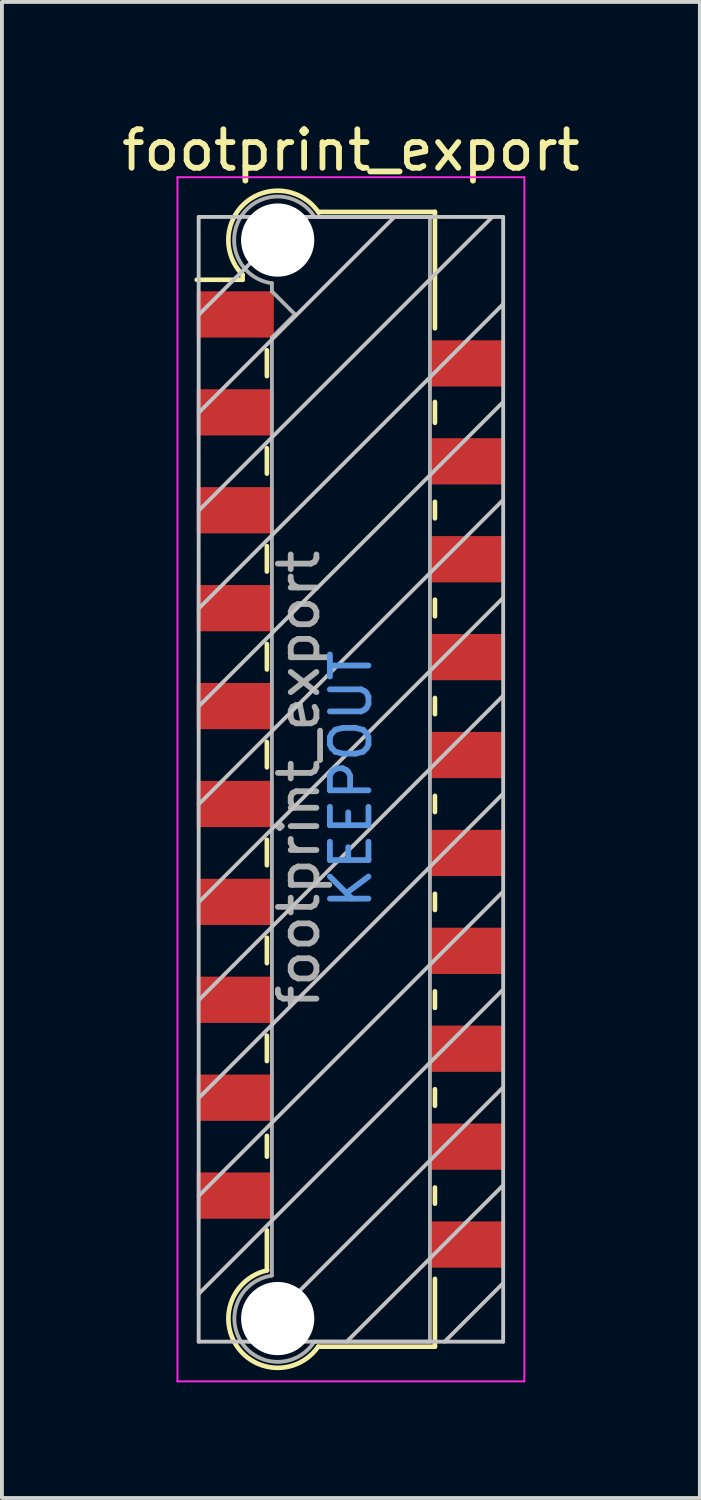
<source format=kicad_pcb>
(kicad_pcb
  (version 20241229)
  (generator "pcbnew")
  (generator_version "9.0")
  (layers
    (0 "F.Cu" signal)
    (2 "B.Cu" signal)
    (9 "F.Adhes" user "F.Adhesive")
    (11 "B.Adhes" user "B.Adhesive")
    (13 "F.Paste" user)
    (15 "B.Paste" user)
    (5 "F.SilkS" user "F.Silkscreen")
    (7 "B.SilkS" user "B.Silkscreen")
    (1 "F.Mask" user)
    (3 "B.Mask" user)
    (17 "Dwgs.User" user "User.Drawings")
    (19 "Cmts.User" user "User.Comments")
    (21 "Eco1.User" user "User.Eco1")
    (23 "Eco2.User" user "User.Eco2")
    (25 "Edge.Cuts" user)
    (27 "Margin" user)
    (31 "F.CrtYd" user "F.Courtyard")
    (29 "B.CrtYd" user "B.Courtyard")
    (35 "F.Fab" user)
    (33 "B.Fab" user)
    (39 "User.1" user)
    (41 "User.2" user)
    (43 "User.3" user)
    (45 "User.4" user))
  (footprint "footprint_export"
    (layer "F.Cu")
    (at 6.054 17.168)
    (property "Reference" "footprint_export" (at 0 -16.32 0) (layer "F.SilkS") (effects (font (size 1 1) (thickness 0.15))))
    (attr smd)
    (fp_line (start -2.81 -13.09) (end -2.81 -12.96) (stroke (width 0.12) (type solid)) (layer "F.SilkS"))
    (fp_line (start -2.81 -12.96) (end -4 -12.96) (stroke (width 0.12) (type solid)) (layer "F.SilkS"))
    (fp_line (start -2.18 -10.46) (end -2.18 -11.13) (stroke (width 0.12) (type solid)) (layer "F.SilkS"))
    (fp_line (start -2.18 -7.93) (end -2.18 -8.59) (stroke (width 0.12) (type solid)) (layer "F.SilkS"))
    (fp_line (start -2.18 -5.39) (end -2.18 -6.05) (stroke (width 0.12) (type solid)) (layer "F.SilkS"))
    (fp_line (start -2.18 -2.85) (end -2.18 -3.51) (stroke (width 0.12) (type solid)) (layer "F.SilkS"))
    (fp_line (start -2.18 -0.31) (end -2.18 -0.97) (stroke (width 0.12) (type solid)) (layer "F.SilkS"))
    (fp_line (start -2.18 2.23) (end -2.18 1.57) (stroke (width 0.12) (type solid)) (layer "F.SilkS"))
    (fp_line (start -2.18 4.77) (end -2.18 4.11) (stroke (width 0.12) (type solid)) (layer "F.SilkS"))
    (fp_line (start -2.18 7.31) (end -2.18 6.65) (stroke (width 0.12) (type solid)) (layer "F.SilkS"))
    (fp_line (start -2.18 9.79) (end -2.18 9.25) (stroke (width 0.12) (type solid)) (layer "F.SilkS"))
    (fp_line (start -2.18 12.74) (end -2.18 11.7) (stroke (width 0.12) (type solid)) (layer "F.SilkS"))
    (fp_line (start 2.18 -14.72) (end -0.82 -14.72) (stroke (width 0.12) (type solid)) (layer "F.SilkS"))
    (fp_line (start 2.18 -14.72) (end 2.18 -11.7) (stroke (width 0.12) (type solid)) (layer "F.SilkS"))
    (fp_line (start 2.18 -9.79) (end 2.18 -9.25) (stroke (width 0.12) (type solid)) (layer "F.SilkS"))
    (fp_line (start 2.18 -7.2) (end 2.18 -6.77) (stroke (width 0.12) (type solid)) (layer "F.SilkS"))
    (fp_line (start 2.18 -4.66) (end 2.18 -4.23) (stroke (width 0.12) (type solid)) (layer "F.SilkS"))
    (fp_line (start 2.18 -2.11) (end 2.18 -1.69) (stroke (width 0.12) (type solid)) (layer "F.SilkS"))
    (fp_line (start 2.18 0.43) (end 2.18 0.85) (stroke (width 0.12) (type solid)) (layer "F.SilkS"))
    (fp_line (start 2.18 2.97) (end 2.18 3.39) (stroke (width 0.12) (type solid)) (layer "F.SilkS"))
    (fp_line (start 2.18 5.5) (end 2.18 5.93) (stroke (width 0.12) (type solid)) (layer "F.SilkS"))
    (fp_line (start 2.18 8.04) (end 2.18 8.47) (stroke (width 0.12) (type solid)) (layer "F.SilkS"))
    (fp_line (start 2.18 10.59) (end 2.18 11.01) (stroke (width 0.12) (type solid)) (layer "F.SilkS"))
    (fp_line (start 2.18 12.96) (end 2.18 14.72) (stroke (width 0.12) (type solid)) (layer "F.SilkS"))
    (fp_line (start 2.18 14.72) (end -0.85 14.72) (stroke (width 0.12) (type solid)) (layer "F.SilkS"))
    (fp_arc (start -2.81 -13.09) (mid -2.708637 -14.982072) (end -0.834991 -14.699828) (stroke (width 0.12) (type solid)) (layer "F.SilkS"))
    (fp_arc (start -0.85 14.72) (mid -2.962791 14.701248) (end -2.174424 12.740964) (stroke (width 0.12) (type solid)) (layer "F.SilkS"))
    (fp_line (start -3.95 -14.59) (end -3.95 14.59) (stroke (width 0.1) (type solid)) (layer "Dwgs.User"))
    (fp_line (start -3.95 -12.05) (end -1.41 -14.59) (stroke (width 0.1) (type solid)) (layer "Dwgs.User"))
    (fp_line (start -3.95 -9.51) (end 1.13 -14.59) (stroke (width 0.1) (type solid)) (layer "Dwgs.User"))
    (fp_line (start -3.95 -6.97) (end 3.67 -14.59) (stroke (width 0.1) (type solid)) (layer "Dwgs.User"))
    (fp_line (start -3.95 -4.43) (end 3.95 -12.33) (stroke (width 0.1) (type solid)) (layer "Dwgs.User"))
    (fp_line (start -3.95 -1.89) (end 3.95 -9.79) (stroke (width 0.1) (type solid)) (layer "Dwgs.User"))
    (fp_line (start -3.95 0.65) (end 3.95 -7.25) (stroke (width 0.1) (type solid)) (layer "Dwgs.User"))
    (fp_line (start -3.95 3.19) (end 3.95 -4.71) (stroke (width 0.1) (type solid)) (layer "Dwgs.User"))
    (fp_line (start -3.95 5.73) (end 3.95 -2.17) (stroke (width 0.1) (type solid)) (layer "Dwgs.User"))
    (fp_line (start -3.95 8.27) (end 3.95 0.37) (stroke (width 0.1) (type solid)) (layer "Dwgs.User"))
    (fp_line (start -3.95 10.81) (end 3.95 2.91) (stroke (width 0.1) (type solid)) (layer "Dwgs.User"))
    (fp_line (start -3.95 13.35) (end 3.95 5.45) (stroke (width 0.1) (type solid)) (layer "Dwgs.User"))
    (fp_line (start -3.95 14.59) (end 3.95 14.59) (stroke (width 0.1) (type solid)) (layer "Dwgs.User"))
    (fp_line (start -2.65 14.59) (end 3.95 7.99) (stroke (width 0.1) (type solid)) (layer "Dwgs.User"))
    (fp_line (start -0.11 14.59) (end 3.95 10.53) (stroke (width 0.1) (type solid)) (layer "Dwgs.User"))
    (fp_line (start 2.43 14.59) (end 3.95 13.07) (stroke (width 0.1) (type solid)) (layer "Dwgs.User"))
    (fp_line (start 3.95 -14.59) (end -3.95 -14.59) (stroke (width 0.1) (type solid)) (layer "Dwgs.User"))
    (fp_line (start 3.95 14.59) (end 3.95 -14.59) (stroke (width 0.1) (type solid)) (layer "Dwgs.User"))
    (fp_line (start -4.5 -15.62) (end -4.5 15.62) (stroke (width 0.05) (type solid)) (layer "F.CrtYd"))
    (fp_line (start -4.5 15.62) (end 4.5 15.62) (stroke (width 0.05) (type solid)) (layer "F.CrtYd"))
    (fp_line (start 4.5 -15.62) (end -4.5 -15.62) (stroke (width 0.05) (type solid)) (layer "F.CrtYd"))
    (fp_line (start 4.5 15.62) (end 4.5 -15.62) (stroke (width 0.05) (type solid)) (layer "F.CrtYd"))
    (fp_line (start -2.05 -12.66) (end -2.05 -12.87) (stroke (width 0.1) (type solid)) (layer "F.Fab"))
    (fp_line (start -2.05 -11.46) (end -1.45 -12.06) (stroke (width 0.1) (type solid)) (layer "F.Fab"))
    (fp_line (start -2.05 12.87) (end -2.05 -11.46) (stroke (width 0.1) (type solid)) (layer "F.Fab"))
    (fp_line (start -1.45 -12.06) (end -2.05 -12.66) (stroke (width 0.1) (type solid)) (layer "F.Fab"))
    (fp_line (start 2.05 -14.59) (end -0.93 -14.59) (stroke (width 0.1) (type solid)) (layer "F.Fab"))
    (fp_line (start 2.05 -14.59) (end 2.05 14.59) (stroke (width 0.1) (type solid)) (layer "F.Fab"))
    (fp_line (start 2.05 14.59) (end -0.95 14.59) (stroke (width 0.1) (type solid)) (layer "F.Fab"))
    (fp_arc (start -2.05 -12.87) (mid -2.851672 -14.599279) (end -0.945612 -14.595015) (stroke (width 0.1) (type solid)) (layer "F.Fab"))
    (fp_arc (start -0.95 14.59) (mid -2.845272 14.597422) (end -2.051022 12.876585) (stroke (width 0.1) (type solid)) (layer "F.Fab"))
    (fp_text user "KEEPOUT" (at 0 0 90) (layer "Cmts.User") (effects (font (size 1 1) (thickness 0.15))))
    (fp_text user "${REFERENCE}" (at -1.35 0 90) (layer "F.Fab") (effects (font (size 1 1) (thickness 0.15))))
    (pad "" np_thru_hole circle (at -1.9 -13.99) (size 1.9 1.9) (drill 1.9) (layers "*.Cu" "*.Mask"))
    (pad "" np_thru_hole circle (at -1.9 13.99) (size 1.9 1.9) (drill 1.9) (layers "*.Cu" "*.Mask"))
    (pad "1" smd rect (at -3 -12.06) (size 2 1.2) (layers "F.Cu" "F.Mask" "F.Paste"))
    (pad "2" smd rect (at 3 -10.79) (size 2 1.2) (layers "F.Cu" "F.Mask" "F.Paste"))
    (pad "3" smd rect (at -3 -9.52) (size 2 1.2) (layers "F.Cu" "F.Mask" "F.Paste"))
    (pad "4" smd rect (at 3 -8.25) (size 2 1.2) (layers "F.Cu" "F.Mask" "F.Paste"))
    (pad "5" smd rect (at -3 -6.98) (size 2 1.2) (layers "F.Cu" "F.Mask" "F.Paste"))
    (pad "6" smd rect (at 3 -5.71) (size 2 1.2) (layers "F.Cu" "F.Mask" "F.Paste"))
    (pad "7" smd rect (at -3 -4.44) (size 2 1.2) (layers "F.Cu" "F.Mask" "F.Paste"))
    (pad "8" smd rect (at 3 -3.17) (size 2 1.2) (layers "F.Cu" "F.Mask" "F.Paste"))
    (pad "9" smd rect (at -3 -1.9) (size 2 1.2) (layers "F.Cu" "F.Mask" "F.Paste"))
    (pad "10" smd rect (at 3 -0.63) (size 2 1.2) (layers "F.Cu" "F.Mask" "F.Paste"))
    (pad "11" smd rect (at -3 0.64) (size 2 1.2) (layers "F.Cu" "F.Mask" "F.Paste"))
    (pad "12" smd rect (at 3 1.91) (size 2 1.2) (layers "F.Cu" "F.Mask" "F.Paste"))
    (pad "13" smd rect (at -3 3.18) (size 2 1.2) (layers "F.Cu" "F.Mask" "F.Paste"))
    (pad "14" smd rect (at 3 4.45) (size 2 1.2) (layers "F.Cu" "F.Mask" "F.Paste"))
    (pad "15" smd rect (at -3 5.72) (size 2 1.2) (layers "F.Cu" "F.Mask" "F.Paste"))
    (pad "16" smd rect (at 3 6.99) (size 2 1.2) (layers "F.Cu" "F.Mask" "F.Paste"))
    (pad "17" smd rect (at -3 8.26) (size 2 1.2) (layers "F.Cu" "F.Mask" "F.Paste"))
    (pad "18" smd rect (at 3 9.53) (size 2 1.2) (layers "F.Cu" "F.Mask" "F.Paste"))
    (pad "19" smd rect (at -3 10.8) (size 2 1.2) (layers "F.Cu" "F.Mask" "F.Paste"))
    (pad "20" smd rect (at 3 12.07) (size 2 1.2) (layers "F.Cu" "F.Mask" "F.Paste")))
  (gr_rect
    (start -3 -3)
    (end 15.107 35.813)
    (stroke (width 0.1) (type default))
    (fill no)
    (layer "Edge.Cuts")))
</source>
